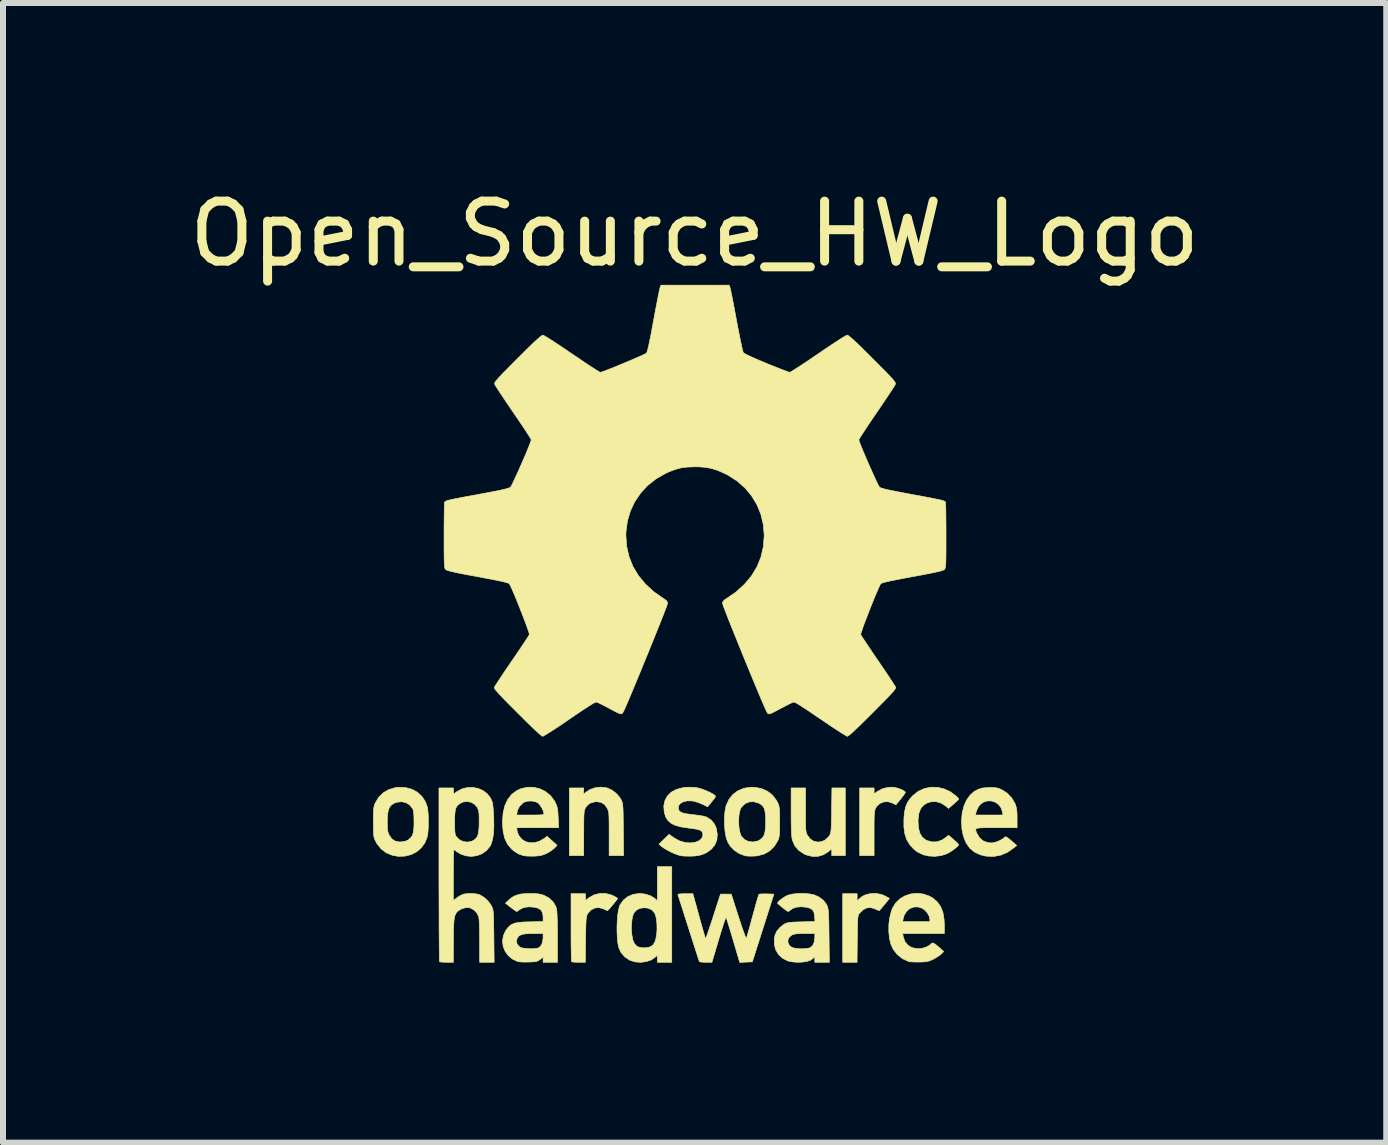
<source format=kicad_pcb>
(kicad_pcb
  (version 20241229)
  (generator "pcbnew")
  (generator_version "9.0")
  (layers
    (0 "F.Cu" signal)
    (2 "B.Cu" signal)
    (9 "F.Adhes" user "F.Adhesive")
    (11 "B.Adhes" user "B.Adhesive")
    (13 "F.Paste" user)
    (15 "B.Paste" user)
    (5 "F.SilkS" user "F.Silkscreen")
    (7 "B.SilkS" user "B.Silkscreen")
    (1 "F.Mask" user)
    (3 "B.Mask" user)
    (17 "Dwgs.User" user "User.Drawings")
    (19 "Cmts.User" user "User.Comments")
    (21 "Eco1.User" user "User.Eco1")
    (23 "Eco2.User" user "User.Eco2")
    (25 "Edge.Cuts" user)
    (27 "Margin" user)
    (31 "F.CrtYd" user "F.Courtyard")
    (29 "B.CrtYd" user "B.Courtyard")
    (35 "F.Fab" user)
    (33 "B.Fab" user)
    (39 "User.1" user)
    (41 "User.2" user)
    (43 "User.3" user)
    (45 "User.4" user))
  (footprint "Open_Source_HW_Logo"
    (layer "F.Cu")
    (at 8.53 7.348)
    (property "Reference" "Open_Source_HW_Logo" (at 0 -6.5 0) (layer "F.SilkS") (effects (font (size 1 1) (thickness 0.15))))
    (attr exclude_from_pos_files exclude_from_bom)
    (fp_poly (pts (xy 3.355 2.734) (xy 3.407 2.749) (xy 3.455 2.768) (xy 3.493 2.789) (xy 3.512 2.807) (xy 3.514 2.811) (xy 3.505 2.828) (xy 3.483 2.861) (xy 3.45 2.903) (xy 3.435 2.923) (xy 3.356 3.019) (xy 3.298 2.99) (xy 3.226 2.967) (xy 3.155 2.97) (xy 3.09 2.996) (xy 3.037 3.044) (xy 3.016 3.077) (xy 3.009 3.095) (xy 3.003 3.117) (xy 2.998 3.148) (xy 2.995 3.19) (xy 2.993 3.247) (xy 2.992 3.323) (xy 2.992 3.422) (xy 2.992 3.496) (xy 2.992 3.866) (xy 2.752 3.866) (xy 2.752 2.738) (xy 2.992 2.738) (xy 2.992 2.837) (xy 3.047 2.796) (xy 3.136 2.749) (xy 3.235 2.727) (xy 3.306 2.726) (xy 3.355 2.734)) (stroke (width 0.01) (type solid)) (fill yes) (layer "F.SilkS"))
    (fp_poly (pts (xy 3.12 4.515) (xy 3.194 4.549) (xy 3.248 4.581) (xy 3.167 4.679) (xy 3.13 4.723) (xy 3.101 4.758) (xy 3.083 4.779) (xy 3.081 4.783) (xy 3.067 4.78) (xy 3.036 4.768) (xy 3.011 4.756) (xy 2.938 4.733) (xy 2.87 4.737) (xy 2.806 4.769) (xy 2.747 4.829) (xy 2.745 4.831) (xy 2.737 4.844) (xy 2.73 4.86) (xy 2.725 4.881) (xy 2.721 4.911) (xy 2.718 4.955) (xy 2.716 5.014) (xy 2.714 5.093) (xy 2.713 5.195) (xy 2.712 5.257) (xy 2.708 5.644) (xy 2.469 5.644) (xy 2.469 4.501) (xy 2.709 4.501) (xy 2.709 4.62) (xy 2.748 4.583) (xy 2.793 4.547) (xy 2.84 4.523) (xy 2.901 4.506) (xy 2.924 4.501) (xy 3.023 4.496) (xy 3.12 4.515)) (stroke (width 0.01) (type solid)) (fill yes) (layer "F.SilkS"))
    (fp_poly (pts (xy 1.849 3.102) (xy 1.849 3.213) (xy 1.849 3.3) (xy 1.85 3.366) (xy 1.852 3.415) (xy 1.856 3.451) (xy 1.86 3.478) (xy 1.867 3.499) (xy 1.876 3.518) (xy 1.881 3.528) (xy 1.926 3.587) (xy 1.984 3.625) (xy 2.048 3.64) (xy 2.115 3.634) (xy 2.178 3.605) (xy 2.231 3.555) (xy 2.25 3.528) (xy 2.259 3.511) (xy 2.266 3.492) (xy 2.271 3.467) (xy 2.275 3.433) (xy 2.278 3.385) (xy 2.28 3.32) (xy 2.282 3.236) (xy 2.284 3.127) (xy 2.284 3.108) (xy 2.289 2.738) (xy 2.512 2.738) (xy 2.512 3.866) (xy 2.286 3.866) (xy 2.286 3.751) (xy 2.23 3.8) (xy 2.148 3.851) (xy 2.058 3.878) (xy 1.961 3.879) (xy 1.863 3.855) (xy 1.818 3.834) (xy 1.733 3.776) (xy 1.67 3.701) (xy 1.63 3.61) (xy 1.624 3.584) (xy 1.62 3.548) (xy 1.616 3.488) (xy 1.612 3.408) (xy 1.61 3.311) (xy 1.609 3.201) (xy 1.609 3.125) (xy 1.609 2.738) (xy 1.849 2.738) (xy 1.849 3.102)) (stroke (width 0.01) (type solid)) (fill yes) (layer "F.SilkS"))
    (fp_poly (pts (xy -1.484 4.497) (xy -1.389 4.521) (xy -1.358 4.535) (xy -1.319 4.556) (xy -1.292 4.573) (xy -1.284 4.58) (xy -1.292 4.594) (xy -1.314 4.623) (xy -1.344 4.661) (xy -1.378 4.702) (xy -1.41 4.74) (xy -1.436 4.769) (xy -1.451 4.783) (xy -1.452 4.784) (xy -1.467 4.778) (xy -1.499 4.764) (xy -1.52 4.754) (xy -1.592 4.733) (xy -1.662 4.739) (xy -1.725 4.77) (xy -1.776 4.824) (xy -1.789 4.845) (xy -1.796 4.862) (xy -1.802 4.884) (xy -1.807 4.916) (xy -1.81 4.96) (xy -1.813 5.019) (xy -1.815 5.099) (xy -1.817 5.201) (xy -1.818 5.267) (xy -1.822 5.644) (xy -1.932 5.644) (xy -1.985 5.643) (xy -2.027 5.64) (xy -2.049 5.636) (xy -2.051 5.635) (xy -2.053 5.619) (xy -2.055 5.578) (xy -2.056 5.515) (xy -2.058 5.433) (xy -2.059 5.335) (xy -2.06 5.224) (xy -2.06 5.104) (xy -2.06 5.064) (xy -2.06 4.501) (xy -1.82 4.501) (xy -1.82 4.614) (xy -1.757 4.565) (xy -1.674 4.52) (xy -1.581 4.497) (xy -1.484 4.497)) (stroke (width 0.01) (type solid)) (fill yes) (layer "F.SilkS"))
    (fp_poly (pts (xy -1.475 2.734) (xy -1.459 2.738) (xy -1.382 2.772) (xy -1.309 2.826) (xy -1.25 2.893) (xy -1.228 2.929) (xy -1.218 2.949) (xy -1.21 2.969) (xy -1.204 2.99) (xy -1.199 3.018) (xy -1.196 3.055) (xy -1.193 3.104) (xy -1.191 3.17) (xy -1.19 3.256) (xy -1.189 3.364) (xy -1.188 3.433) (xy -1.184 3.866) (xy -1.425 3.866) (xy -1.425 3.503) (xy -1.425 3.391) (xy -1.426 3.305) (xy -1.427 3.238) (xy -1.429 3.189) (xy -1.432 3.153) (xy -1.437 3.126) (xy -1.444 3.104) (xy -1.453 3.084) (xy -1.457 3.076) (xy -1.5 3.015) (xy -1.557 2.979) (xy -1.629 2.967) (xy -1.656 2.968) (xy -1.73 2.986) (xy -1.788 3.025) (xy -1.824 3.077) (xy -1.831 3.095) (xy -1.837 3.117) (xy -1.842 3.148) (xy -1.845 3.19) (xy -1.847 3.247) (xy -1.848 3.323) (xy -1.848 3.422) (xy -1.849 3.496) (xy -1.849 3.866) (xy -2.088 3.866) (xy -2.088 2.738) (xy -1.849 2.738) (xy -1.849 2.841) (xy -1.817 2.812) (xy -1.746 2.765) (xy -1.66 2.735) (xy -1.567 2.724) (xy -1.475 2.734)) (stroke (width 0.01) (type solid)) (fill yes) (layer "F.SilkS"))
    (fp_poly (pts (xy 4.047 2.727) (xy 4.158 2.753) (xy 4.264 2.802) (xy 4.362 2.875) (xy 4.364 2.877) (xy 4.389 2.902) (xy 4.402 2.92) (xy 4.403 2.922) (xy 4.393 2.936) (xy 4.366 2.962) (xy 4.329 2.996) (xy 4.318 3.006) (xy 4.233 3.079) (xy 4.188 3.04) (xy 4.108 2.989) (xy 4.024 2.966) (xy 3.938 2.969) (xy 3.872 2.99) (xy 3.81 3.03) (xy 3.766 3.088) (xy 3.738 3.164) (xy 3.726 3.263) (xy 3.725 3.302) (xy 3.733 3.408) (xy 3.755 3.492) (xy 3.793 3.556) (xy 3.849 3.602) (xy 3.872 3.614) (xy 3.958 3.638) (xy 4.044 3.635) (xy 4.127 3.605) (xy 4.187 3.564) (xy 4.233 3.526) (xy 4.318 3.599) (xy 4.358 3.635) (xy 4.387 3.664) (xy 4.402 3.682) (xy 4.403 3.684) (xy 4.391 3.702) (xy 4.362 3.73) (xy 4.32 3.763) (xy 4.273 3.796) (xy 4.225 3.824) (xy 4.206 3.834) (xy 4.113 3.865) (xy 4.008 3.878) (xy 3.9 3.872) (xy 3.815 3.852) (xy 3.719 3.807) (xy 3.655 3.759) (xy 3.587 3.684) (xy 3.537 3.601) (xy 3.505 3.504) (xy 3.489 3.39) (xy 3.489 3.259) (xy 3.498 3.148) (xy 3.517 3.058) (xy 3.547 2.983) (xy 3.593 2.915) (xy 3.639 2.864) (xy 3.729 2.794) (xy 3.829 2.748) (xy 3.937 2.726) (xy 4.047 2.727)) (stroke (width 0.01) (type solid)) (fill yes) (layer "F.SilkS"))
    (fp_poly (pts (xy -0.381 5.644) (xy -0.621 5.644) (xy -0.621 5.527) (xy -0.653 5.556) (xy -0.722 5.604) (xy -0.807 5.633) (xy -0.899 5.645) (xy -0.992 5.638) (xy -1.078 5.611) (xy -1.084 5.608) (xy -1.166 5.552) (xy -1.228 5.479) (xy -1.262 5.405) (xy -1.278 5.338) (xy -1.288 5.253) (xy -1.293 5.156) (xy -1.294 5.097) (xy -1.054 5.097) (xy -1.047 5.18) (xy -1.031 5.268) (xy -1.005 5.332) (xy -0.966 5.374) (xy -0.914 5.397) (xy -0.844 5.404) (xy -0.842 5.404) (xy -0.792 5.4) (xy -0.747 5.389) (xy -0.735 5.384) (xy -0.696 5.356) (xy -0.667 5.315) (xy -0.647 5.257) (xy -0.633 5.179) (xy -0.627 5.098) (xy -0.628 5.014) (xy -0.635 4.935) (xy -0.649 4.868) (xy -0.668 4.821) (xy -0.669 4.819) (xy -0.716 4.769) (xy -0.777 4.742) (xy -0.84 4.735) (xy -0.915 4.745) (xy -0.973 4.777) (xy -1.01 4.819) (xy -1.03 4.865) (xy -1.044 4.932) (xy -1.052 5.012) (xy -1.054 5.097) (xy -1.294 5.097) (xy -1.294 5.053) (xy -1.29 4.951) (xy -1.282 4.856) (xy -1.269 4.773) (xy -1.253 4.709) (xy -1.244 4.689) (xy -1.188 4.609) (xy -1.114 4.55) (xy -1.024 4.512) (xy -0.922 4.497) (xy -0.917 4.497) (xy -0.825 4.507) (xy -0.739 4.534) (xy -0.667 4.577) (xy -0.653 4.589) (xy -0.621 4.619) (xy -0.621 4.05) (xy -0.381 4.05) (xy -0.381 5.644)) (stroke (width 0.01) (type solid)) (fill yes) (layer "F.SilkS"))
    (fp_poly (pts (xy 3.807 4.505) (xy 3.906 4.538) (xy 3.968 4.572) (xy 4.045 4.637) (xy 4.102 4.718) (xy 4.14 4.816) (xy 4.159 4.933) (xy 4.163 5.017) (xy 4.163 5.165) (xy 3.468 5.165) (xy 3.478 5.218) (xy 3.505 5.297) (xy 3.553 5.358) (xy 3.619 5.399) (xy 3.701 5.417) (xy 3.728 5.418) (xy 3.795 5.411) (xy 3.859 5.392) (xy 3.912 5.364) (xy 3.935 5.343) (xy 3.951 5.328) (xy 3.967 5.322) (xy 3.988 5.328) (xy 4.018 5.348) (xy 4.062 5.384) (xy 4.101 5.418) (xy 4.152 5.463) (xy 4.112 5.505) (xy 4.078 5.533) (xy 4.029 5.565) (xy 3.98 5.592) (xy 3.934 5.614) (xy 3.894 5.627) (xy 3.852 5.635) (xy 3.798 5.639) (xy 3.747 5.64) (xy 3.683 5.64) (xy 3.626 5.638) (xy 3.584 5.635) (xy 3.57 5.632) (xy 3.466 5.584) (xy 3.377 5.513) (xy 3.311 5.428) (xy 3.273 5.346) (xy 3.248 5.245) (xy 3.237 5.132) (xy 3.238 5.014) (xy 3.244 4.967) (xy 3.468 4.967) (xy 3.923 4.967) (xy 3.923 4.935) (xy 3.911 4.878) (xy 3.879 4.82) (xy 3.833 4.77) (xy 3.796 4.744) (xy 3.723 4.721) (xy 3.652 4.723) (xy 3.587 4.749) (xy 3.533 4.795) (xy 3.494 4.86) (xy 3.478 4.914) (xy 3.468 4.967) (xy 3.244 4.967) (xy 3.253 4.897) (xy 3.281 4.789) (xy 3.299 4.741) (xy 3.351 4.656) (xy 3.422 4.587) (xy 3.507 4.537) (xy 3.603 4.505) (xy 3.704 4.494) (xy 3.807 4.505)) (stroke (width 0.01) (type solid)) (fill yes) (layer "F.SilkS"))
    (fp_poly (pts (xy 0.996 2.727) (xy 1.11 2.747) (xy 1.211 2.791) (xy 1.297 2.857) (xy 1.364 2.945) (xy 1.388 2.99) (xy 1.399 3.016) (xy 1.407 3.044) (xy 1.412 3.077) (xy 1.416 3.122) (xy 1.418 3.182) (xy 1.418 3.264) (xy 1.418 3.302) (xy 1.418 3.393) (xy 1.417 3.461) (xy 1.414 3.512) (xy 1.409 3.549) (xy 1.402 3.578) (xy 1.393 3.604) (xy 1.388 3.614) (xy 1.329 3.711) (xy 1.252 3.786) (xy 1.159 3.839) (xy 1.05 3.869) (xy 0.992 3.874) (xy 0.933 3.875) (xy 0.879 3.873) (xy 0.842 3.869) (xy 0.84 3.868) (xy 0.745 3.832) (xy 0.661 3.776) (xy 0.593 3.706) (xy 0.55 3.636) (xy 0.524 3.556) (xy 0.507 3.458) (xy 0.497 3.349) (xy 0.497 3.281) (xy 0.734 3.281) (xy 0.737 3.366) (xy 0.747 3.445) (xy 0.764 3.511) (xy 0.781 3.545) (xy 0.832 3.598) (xy 0.898 3.63) (xy 0.971 3.639) (xy 1.047 3.624) (xy 1.074 3.612) (xy 1.116 3.584) (xy 1.147 3.548) (xy 1.167 3.499) (xy 1.179 3.433) (xy 1.184 3.345) (xy 1.185 3.302) (xy 1.182 3.204) (xy 1.174 3.13) (xy 1.158 3.075) (xy 1.132 3.035) (xy 1.095 3.006) (xy 1.064 2.989) (xy 0.984 2.967) (xy 0.909 2.971) (xy 0.841 2.999) (xy 0.787 3.051) (xy 0.771 3.074) (xy 0.751 3.127) (xy 0.739 3.199) (xy 0.734 3.281) (xy 0.497 3.281) (xy 0.497 3.238) (xy 0.506 3.133) (xy 0.523 3.041) (xy 0.527 3.029) (xy 0.572 2.93) (xy 0.637 2.848) (xy 0.72 2.786) (xy 0.819 2.744) (xy 0.929 2.726) (xy 0.996 2.727)) (stroke (width 0.01) (type solid)) (fill yes) (layer "F.SilkS"))
    (fp_poly (pts (xy -2.685 2.727) (xy -2.581 2.751) (xy -2.486 2.798) (xy -2.403 2.866) (xy -2.337 2.952) (xy -2.317 2.992) (xy -2.3 3.031) (xy -2.289 3.071) (xy -2.281 3.118) (xy -2.277 3.18) (xy -2.274 3.235) (xy -2.268 3.401) (xy -2.963 3.401) (xy -2.963 3.433) (xy -2.957 3.465) (xy -2.941 3.508) (xy -2.932 3.528) (xy -2.886 3.589) (xy -2.824 3.631) (xy -2.752 3.651) (xy -2.672 3.65) (xy -2.59 3.628) (xy -2.511 3.582) (xy -2.504 3.578) (xy -2.46 3.544) (xy -2.293 3.694) (xy -2.335 3.739) (xy -2.371 3.769) (xy -2.42 3.802) (xy -2.465 3.827) (xy -2.517 3.85) (xy -2.564 3.864) (xy -2.617 3.871) (xy -2.677 3.875) (xy -2.741 3.875) (xy -2.801 3.873) (xy -2.846 3.868) (xy -2.854 3.866) (xy -2.935 3.838) (xy -3.008 3.792) (xy -3.05 3.757) (xy -3.115 3.681) (xy -3.162 3.587) (xy -3.191 3.473) (xy -3.203 3.338) (xy -3.203 3.307) (xy -3.195 3.189) (xy -2.967 3.189) (xy -2.739 3.189) (xy -2.654 3.189) (xy -2.593 3.188) (xy -2.553 3.186) (xy -2.528 3.182) (xy -2.516 3.176) (xy -2.512 3.168) (xy -2.512 3.164) (xy -2.521 3.126) (xy -2.543 3.078) (xy -2.573 3.031) (xy -2.605 2.993) (xy -2.615 2.985) (xy -2.664 2.964) (xy -2.726 2.955) (xy -2.79 2.959) (xy -2.845 2.976) (xy -2.859 2.985) (xy -2.919 3.044) (xy -2.953 3.111) (xy -2.958 3.137) (xy -2.967 3.189) (xy -3.195 3.189) (xy -3.193 3.16) (xy -3.164 3.035) (xy -3.116 2.93) (xy -3.049 2.845) (xy -2.962 2.781) (xy -2.899 2.752) (xy -2.792 2.726) (xy -2.685 2.727)) (stroke (width 0.01) (type solid)) (fill yes) (layer "F.SilkS"))
    (fp_poly (pts (xy -4.817 2.732) (xy -4.712 2.76) (xy -4.62 2.811) (xy -4.544 2.882) (xy -4.487 2.97) (xy -4.457 3.052) (xy -4.448 3.107) (xy -4.441 3.183) (xy -4.439 3.269) (xy -4.439 3.359) (xy -4.443 3.443) (xy -4.45 3.514) (xy -4.457 3.552) (xy -4.496 3.651) (xy -4.556 3.735) (xy -4.634 3.802) (xy -4.727 3.849) (xy -4.83 3.875) (xy -4.94 3.878) (xy -5.038 3.861) (xy -5.138 3.82) (xy -5.225 3.755) (xy -5.294 3.67) (xy -5.325 3.613) (xy -5.336 3.587) (xy -5.344 3.56) (xy -5.35 3.526) (xy -5.353 3.481) (xy -5.355 3.419) (xy -5.355 3.336) (xy -5.355 3.304) (xy -5.124 3.304) (xy -5.123 3.377) (xy -5.12 3.429) (xy -5.114 3.467) (xy -5.103 3.5) (xy -5.091 3.525) (xy -5.049 3.586) (xy -4.994 3.623) (xy -4.924 3.638) (xy -4.885 3.637) (xy -4.824 3.626) (xy -4.776 3.606) (xy -4.772 3.603) (xy -4.736 3.571) (xy -4.709 3.536) (xy -4.692 3.492) (xy -4.683 3.435) (xy -4.678 3.357) (xy -4.678 3.302) (xy -4.679 3.222) (xy -4.682 3.164) (xy -4.687 3.123) (xy -4.696 3.094) (xy -4.702 3.081) (xy -4.75 3.021) (xy -4.812 2.983) (xy -4.885 2.967) (xy -4.963 2.976) (xy -5.001 2.989) (xy -5.047 3.016) (xy -5.081 3.051) (xy -5.104 3.1) (xy -5.117 3.166) (xy -5.123 3.253) (xy -5.124 3.304) (xy -5.355 3.304) (xy -5.355 3.302) (xy -5.355 3.211) (xy -5.354 3.143) (xy -5.351 3.092) (xy -5.346 3.055) (xy -5.339 3.026) (xy -5.33 3) (xy -5.325 2.99) (xy -5.266 2.893) (xy -5.188 2.817) (xy -5.093 2.763) (xy -4.984 2.732) (xy -4.933 2.727) (xy -4.817 2.732)) (stroke (width 0.01) (type solid)) (fill yes) (layer "F.SilkS"))
    (fp_poly (pts (xy 4.984 2.732) (xy 5.032 2.736) (xy 5.072 2.747) (xy 5.114 2.765) (xy 5.125 2.77) (xy 5.214 2.828) (xy 5.287 2.906) (xy 5.341 2.997) (xy 5.348 3.015) (xy 5.362 3.061) (xy 5.371 3.111) (xy 5.375 3.174) (xy 5.376 3.246) (xy 5.376 3.401) (xy 5.031 3.401) (xy 4.92 3.401) (xy 4.834 3.401) (xy 4.771 3.403) (xy 4.727 3.407) (xy 4.701 3.414) (xy 4.688 3.425) (xy 4.686 3.44) (xy 4.692 3.461) (xy 4.703 3.489) (xy 4.707 3.496) (xy 4.751 3.57) (xy 4.811 3.621) (xy 4.887 3.649) (xy 4.953 3.655) (xy 4.998 3.648) (xy 5.052 3.63) (xy 5.106 3.605) (xy 5.148 3.579) (xy 5.163 3.565) (xy 5.175 3.555) (xy 5.19 3.553) (xy 5.212 3.564) (xy 5.244 3.588) (xy 5.292 3.629) (xy 5.313 3.647) (xy 5.369 3.696) (xy 5.327 3.732) (xy 5.219 3.808) (xy 5.104 3.858) (xy 4.983 3.88) (xy 4.859 3.875) (xy 4.766 3.853) (xy 4.667 3.808) (xy 4.587 3.741) (xy 4.525 3.653) (xy 4.481 3.544) (xy 4.457 3.427) (xy 4.449 3.293) (xy 4.458 3.189) (xy 4.683 3.189) (xy 5.14 3.189) (xy 5.132 3.137) (xy 5.108 3.067) (xy 5.066 3.013) (xy 5.011 2.975) (xy 4.947 2.955) (xy 4.881 2.954) (xy 4.817 2.973) (xy 4.761 3.013) (xy 4.734 3.047) (xy 4.711 3.091) (xy 4.694 3.136) (xy 4.692 3.143) (xy 4.683 3.189) (xy 4.458 3.189) (xy 4.459 3.165) (xy 4.487 3.048) (xy 4.53 2.946) (xy 4.588 2.864) (xy 4.594 2.857) (xy 4.659 2.799) (xy 4.726 2.761) (xy 4.801 2.739) (xy 4.893 2.731) (xy 4.918 2.731) (xy 4.984 2.732)) (stroke (width 0.01) (type solid)) (fill yes) (layer "F.SilkS"))
    (fp_poly (pts (xy -2.659 4.499) (xy -2.599 4.505) (xy -2.549 4.515) (xy -2.509 4.529) (xy -2.427 4.573) (xy -2.361 4.635) (xy -2.316 4.709) (xy -2.301 4.757) (xy -2.297 4.791) (xy -2.293 4.85) (xy -2.29 4.93) (xy -2.288 5.026) (xy -2.286 5.136) (xy -2.286 5.236) (xy -2.286 5.644) (xy -2.526 5.644) (xy -2.526 5.558) (xy -2.577 5.598) (xy -2.603 5.616) (xy -2.628 5.627) (xy -2.66 5.634) (xy -2.706 5.638) (xy -2.771 5.64) (xy -2.836 5.641) (xy -2.893 5.639) (xy -2.935 5.635) (xy -2.949 5.632) (xy -3.038 5.59) (xy -3.108 5.531) (xy -3.16 5.459) (xy -3.192 5.377) (xy -3.202 5.291) (xy -3.201 5.288) (xy -2.97 5.288) (xy -2.961 5.337) (xy -2.928 5.379) (xy -2.903 5.396) (xy -2.862 5.408) (xy -2.803 5.415) (xy -2.736 5.419) (xy -2.672 5.417) (xy -2.62 5.409) (xy -2.604 5.405) (xy -2.568 5.377) (xy -2.542 5.328) (xy -2.528 5.263) (xy -2.526 5.229) (xy -2.526 5.165) (xy -2.684 5.165) (xy -2.776 5.167) (xy -2.845 5.173) (xy -2.894 5.186) (xy -2.929 5.206) (xy -2.953 5.234) (xy -2.956 5.238) (xy -2.97 5.288) (xy -3.201 5.288) (xy -3.189 5.204) (xy -3.153 5.121) (xy -3.113 5.068) (xy -3.08 5.035) (xy -3.044 5.011) (xy -3 4.993) (xy -2.945 4.982) (xy -2.872 4.974) (xy -2.778 4.97) (xy -2.748 4.97) (xy -2.526 4.965) (xy -2.526 4.889) (xy -2.533 4.823) (xy -2.558 4.776) (xy -2.603 4.745) (xy -2.667 4.727) (xy -2.762 4.719) (xy -2.846 4.731) (xy -2.913 4.762) (xy -2.918 4.766) (xy -2.965 4.8) (xy -3.017 4.764) (xy -3.061 4.732) (xy -3.104 4.699) (xy -3.111 4.693) (xy -3.154 4.659) (xy -3.095 4.603) (xy -3.037 4.557) (xy -2.972 4.526) (xy -2.895 4.506) (xy -2.799 4.498) (xy -2.738 4.497) (xy -2.659 4.499)) (stroke (width 0.01) (type solid)) (fill yes) (layer "F.SilkS"))
    (fp_poly (pts (xy -0.003 2.729) (xy 0.049 2.736) (xy 0.112 2.753) (xy 0.183 2.779) (xy 0.252 2.81) (xy 0.309 2.841) (xy 0.33 2.856) (xy 0.342 2.866) (xy 0.347 2.877) (xy 0.343 2.892) (xy 0.328 2.915) (xy 0.299 2.952) (xy 0.255 3.005) (xy 0.25 3.011) (xy 0.217 3.052) (xy 0.125 3.007) (xy 0.053 2.978) (xy -0.018 2.958) (xy -0.047 2.954) (xy -0.123 2.953) (xy -0.187 2.968) (xy -0.236 2.995) (xy -0.266 3.032) (xy -0.273 3.077) (xy -0.267 3.1) (xy -0.253 3.124) (xy -0.23 3.142) (xy -0.192 3.157) (xy -0.136 3.169) (xy -0.057 3.179) (xy -0.018 3.184) (xy 0.054 3.193) (xy 0.12 3.203) (xy 0.172 3.214) (xy 0.202 3.224) (xy 0.277 3.274) (xy 0.332 3.342) (xy 0.36 3.405) (xy 0.378 3.509) (xy 0.371 3.603) (xy 0.337 3.687) (xy 0.279 3.759) (xy 0.197 3.817) (xy 0.167 3.831) (xy 0.113 3.852) (xy 0.062 3.865) (xy 0.002 3.872) (xy -0.049 3.875) (xy -0.115 3.875) (xy -0.179 3.873) (xy -0.228 3.868) (xy -0.239 3.866) (xy -0.298 3.848) (xy -0.368 3.819) (xy -0.441 3.783) (xy -0.505 3.746) (xy -0.547 3.716) (xy -0.594 3.676) (xy -0.427 3.511) (xy -0.354 3.563) (xy -0.256 3.619) (xy -0.151 3.649) (xy -0.072 3.654) (xy 0.005 3.645) (xy 0.067 3.622) (xy 0.112 3.587) (xy 0.136 3.544) (xy 0.136 3.495) (xy 0.126 3.47) (xy 0.107 3.451) (xy 0.074 3.436) (xy 0.025 3.424) (xy -0.046 3.413) (xy -0.104 3.406) (xy -0.225 3.388) (xy -0.32 3.362) (xy -0.393 3.326) (xy -0.447 3.278) (xy -0.484 3.217) (xy -0.506 3.141) (xy -0.507 3.139) (xy -0.514 3.039) (xy -0.495 2.949) (xy -0.454 2.872) (xy -0.39 2.809) (xy -0.305 2.763) (xy -0.202 2.735) (xy -0.141 2.727) (xy -0.074 2.726) (xy -0.003 2.729)) (stroke (width 0.01) (type solid)) (fill yes) (layer "F.SilkS"))
    (fp_poly (pts (xy -0.009 4.573) (xy 0.000482 4.608) (xy 0.016 4.664) (xy 0.037 4.738) (xy 0.06 4.824) (xy 0.085 4.916) (xy 0.094 4.947) (xy 0.118 5.034) (xy 0.14 5.112) (xy 0.159 5.176) (xy 0.173 5.222) (xy 0.182 5.246) (xy 0.184 5.249) (xy 0.19 5.236) (xy 0.204 5.2) (xy 0.223 5.144) (xy 0.248 5.071) (xy 0.277 4.985) (xy 0.308 4.889) (xy 0.311 4.879) (xy 0.431 4.508) (xy 0.611 4.508) (xy 0.732 4.886) (xy 0.763 4.982) (xy 0.792 5.069) (xy 0.818 5.141) (xy 0.839 5.197) (xy 0.854 5.233) (xy 0.862 5.246) (xy 0.862 5.246) (xy 0.868 5.228) (xy 0.881 5.186) (xy 0.898 5.125) (xy 0.92 5.049) (xy 0.944 4.96) (xy 0.967 4.875) (xy 0.993 4.78) (xy 1.017 4.693) (xy 1.038 4.619) (xy 1.055 4.562) (xy 1.067 4.525) (xy 1.072 4.511) (xy 1.09 4.507) (xy 1.129 4.504) (xy 1.181 4.504) (xy 1.202 4.504) (xy 1.322 4.508) (xy 1.142 5.073) (xy 0.962 5.637) (xy 0.857 5.641) (xy 0.752 5.646) (xy 0.642 5.275) (xy 0.613 5.177) (xy 0.586 5.088) (xy 0.563 5.012) (xy 0.544 4.952) (xy 0.531 4.911) (xy 0.524 4.894) (xy 0.524 4.894) (xy 0.518 4.904) (xy 0.505 4.938) (xy 0.486 4.993) (xy 0.463 5.065) (xy 0.436 5.151) (xy 0.407 5.247) (xy 0.402 5.264) (xy 0.289 5.644) (xy 0.188 5.644) (xy 0.137 5.643) (xy 0.099 5.639) (xy 0.08 5.634) (xy 0.08 5.634) (xy 0.075 5.619) (xy 0.061 5.579) (xy 0.042 5.519) (xy 0.016 5.44) (xy -0.014 5.346) (xy -0.048 5.24) (xy -0.085 5.124) (xy -0.099 5.08) (xy -0.137 4.961) (xy -0.172 4.851) (xy -0.204 4.751) (xy -0.231 4.665) (xy -0.253 4.597) (xy -0.269 4.548) (xy -0.277 4.522) (xy -0.279 4.519) (xy -0.275 4.51) (xy -0.252 4.505) (xy -0.208 4.502) (xy -0.158 4.501) (xy -0.03 4.501) (xy -0.009 4.573)) (stroke (width 0.01) (type solid)) (fill yes) (layer "F.SilkS"))
    (fp_poly (pts (xy 1.913 4.504) (xy 1.989 4.519) (xy 1.99 4.519) (xy 2.071 4.555) (xy 2.142 4.608) (xy 2.194 4.672) (xy 2.21 4.702) (xy 2.217 4.722) (xy 2.223 4.746) (xy 2.228 4.777) (xy 2.231 4.818) (xy 2.234 4.874) (xy 2.237 4.946) (xy 2.239 5.039) (xy 2.24 5.156) (xy 2.241 5.203) (xy 2.246 5.644) (xy 2.004 5.644) (xy 2.003 5.592) (xy 2.002 5.559) (xy 1.997 5.552) (xy 1.988 5.565) (xy 1.966 5.586) (xy 1.929 5.61) (xy 1.914 5.617) (xy 1.859 5.633) (xy 1.786 5.642) (xy 1.705 5.644) (xy 1.627 5.637) (xy 1.561 5.624) (xy 1.553 5.621) (xy 1.466 5.577) (xy 1.399 5.515) (xy 1.352 5.437) (xy 1.329 5.347) (xy 1.329 5.27) (xy 1.556 5.27) (xy 1.557 5.319) (xy 1.581 5.364) (xy 1.613 5.391) (xy 1.656 5.407) (xy 1.718 5.417) (xy 1.787 5.42) (xy 1.855 5.416) (xy 1.911 5.406) (xy 1.933 5.397) (xy 1.97 5.363) (xy 1.994 5.306) (xy 2.004 5.229) (xy 2.004 5.218) (xy 2.004 5.165) (xy 1.838 5.165) (xy 1.758 5.166) (xy 1.701 5.169) (xy 1.66 5.176) (xy 1.628 5.187) (xy 1.623 5.189) (xy 1.578 5.225) (xy 1.556 5.27) (xy 1.329 5.27) (xy 1.329 5.249) (xy 1.341 5.189) (xy 1.371 5.125) (xy 1.422 5.064) (xy 1.486 5.014) (xy 1.501 5.005) (xy 1.527 4.993) (xy 1.554 4.985) (xy 1.59 4.979) (xy 1.638 4.975) (xy 1.704 4.972) (xy 1.783 4.97) (xy 2.007 4.965) (xy 2.001 4.881) (xy 1.991 4.817) (xy 1.97 4.774) (xy 1.931 4.746) (xy 1.87 4.728) (xy 1.863 4.727) (xy 1.775 4.718) (xy 1.696 4.726) (xy 1.632 4.748) (xy 1.61 4.764) (xy 1.581 4.786) (xy 1.562 4.797) (xy 1.56 4.798) (xy 1.543 4.79) (xy 1.513 4.768) (xy 1.475 4.74) (xy 1.437 4.709) (xy 1.405 4.681) (xy 1.385 4.662) (xy 1.383 4.657) (xy 1.394 4.636) (xy 1.425 4.607) (xy 1.466 4.576) (xy 1.513 4.547) (xy 1.559 4.525) (xy 1.568 4.522) (xy 1.64 4.506) (xy 1.728 4.497) (xy 1.823 4.497) (xy 1.913 4.504)) (stroke (width 0.01) (type solid)) (fill yes) (layer "F.SilkS"))
    (fp_poly (pts (xy -3.609 2.746) (xy -3.526 2.783) (xy -3.455 2.837) (xy -3.401 2.908) (xy -3.372 2.976) (xy -3.366 3.008) (xy -3.36 3.062) (xy -3.354 3.131) (xy -3.35 3.208) (xy -3.349 3.231) (xy -3.347 3.379) (xy -3.353 3.501) (xy -3.369 3.599) (xy -3.393 3.676) (xy -3.408 3.705) (xy -3.466 3.778) (xy -3.54 3.832) (xy -3.626 3.866) (xy -3.719 3.879) (xy -3.812 3.87) (xy -3.902 3.839) (xy -3.96 3.803) (xy -3.99 3.781) (xy -4.011 3.769) (xy -4.014 3.768) (xy -4.016 3.781) (xy -4.017 3.82) (xy -4.019 3.879) (xy -4.02 3.957) (xy -4.021 4.049) (xy -4.022 4.151) (xy -4.022 4.191) (xy -4.022 4.614) (xy -3.958 4.565) (xy -3.912 4.535) (xy -3.864 4.513) (xy -3.841 4.506) (xy -3.771 4.497) (xy -3.694 4.498) (xy -3.624 4.507) (xy -3.582 4.519) (xy -3.515 4.559) (xy -3.45 4.617) (xy -3.398 4.685) (xy -3.384 4.71) (xy -3.375 4.73) (xy -3.367 4.75) (xy -3.362 4.773) (xy -3.357 4.803) (xy -3.354 4.843) (xy -3.352 4.897) (xy -3.35 4.968) (xy -3.349 5.06) (xy -3.347 5.175) (xy -3.347 5.211) (xy -3.342 5.644) (xy -3.584 5.644) (xy -3.584 5.29) (xy -3.585 5.157) (xy -3.587 5.048) (xy -3.591 4.964) (xy -3.596 4.906) (xy -3.601 4.88) (xy -3.631 4.821) (xy -3.681 4.771) (xy -3.74 4.739) (xy -3.762 4.733) (xy -3.821 4.734) (xy -3.884 4.753) (xy -3.94 4.785) (xy -3.969 4.814) (xy -3.984 4.838) (xy -3.996 4.867) (xy -4.005 4.905) (xy -4.012 4.956) (xy -4.016 5.021) (xy -4.019 5.106) (xy -4.021 5.213) (xy -4.021 5.309) (xy -4.022 5.644) (xy -4.132 5.644) (xy -4.186 5.643) (xy -4.228 5.64) (xy -4.25 5.636) (xy -4.252 5.635) (xy -4.253 5.62) (xy -4.255 5.578) (xy -4.256 5.513) (xy -4.257 5.424) (xy -4.258 5.315) (xy -4.259 5.187) (xy -4.26 5.042) (xy -4.26 4.882) (xy -4.261 4.709) (xy -4.261 4.525) (xy -4.262 4.331) (xy -4.262 4.182) (xy -4.262 3.31) (xy -4 3.31) (xy -4 3.392) (xy -3.998 3.451) (xy -3.994 3.492) (xy -3.988 3.521) (xy -3.978 3.542) (xy -3.975 3.547) (xy -3.926 3.598) (xy -3.862 3.63) (xy -3.791 3.641) (xy -3.721 3.629) (xy -3.686 3.612) (xy -3.65 3.585) (xy -3.624 3.55) (xy -3.607 3.503) (xy -3.597 3.44) (xy -3.592 3.355) (xy -3.592 3.302) (xy -3.592 3.224) (xy -3.594 3.169) (xy -3.599 3.129) (xy -3.608 3.098) (xy -3.62 3.069) (xy -3.62 3.069) (xy -3.663 3.014) (xy -3.722 2.978) (xy -3.789 2.963) (xy -3.857 2.971) (xy -3.91 2.996) (xy -3.943 3.021) (xy -3.967 3.048) (xy -3.983 3.083) (xy -3.993 3.131) (xy -3.999 3.195) (xy -4 3.281) (xy -4 3.31) (xy -4.262 3.31) (xy -4.262 2.738) (xy -4.023 2.738) (xy -4.019 2.788) (xy -4.015 2.838) (xy -3.967 2.802) (xy -3.882 2.755) (xy -3.791 2.731) (xy -3.699 2.729) (xy -3.609 2.746)) (stroke (width 0.01) (type solid)) (fill yes) (layer "F.SilkS"))
    (fp_poly (pts (xy 0.59 -5.606) (xy 0.596 -5.583) (xy 0.606 -5.536) (xy 0.62 -5.468) (xy 0.637 -5.383) (xy 0.656 -5.283) (xy 0.677 -5.173) (xy 0.698 -5.059) (xy 0.72 -4.942) (xy 0.742 -4.832) (xy 0.761 -4.734) (xy 0.779 -4.651) (xy 0.793 -4.585) (xy 0.805 -4.541) (xy 0.811 -4.521) (xy 0.832 -4.505) (xy 0.879 -4.48) (xy 0.954 -4.445) (xy 1.054 -4.401) (xy 1.181 -4.348) (xy 1.197 -4.341) (xy 1.293 -4.302) (xy 1.381 -4.267) (xy 1.458 -4.237) (xy 1.521 -4.213) (xy 1.564 -4.197) (xy 1.586 -4.191) (xy 1.587 -4.191) (xy 1.603 -4.199) (xy 1.64 -4.221) (xy 1.695 -4.256) (xy 1.765 -4.301) (xy 1.848 -4.356) (xy 1.94 -4.418) (xy 2.04 -4.486) (xy 2.062 -4.501) (xy 2.164 -4.571) (xy 2.26 -4.635) (xy 2.346 -4.692) (xy 2.42 -4.74) (xy 2.479 -4.777) (xy 2.521 -4.801) (xy 2.543 -4.812) (xy 2.545 -4.812) (xy 2.562 -4.804) (xy 2.593 -4.78) (xy 2.64 -4.739) (xy 2.703 -4.68) (xy 2.783 -4.603) (xy 2.881 -4.506) (xy 2.968 -4.419) (xy 3.067 -4.32) (xy 3.147 -4.239) (xy 3.211 -4.174) (xy 3.26 -4.122) (xy 3.297 -4.083) (xy 3.322 -4.053) (xy 3.338 -4.031) (xy 3.346 -4.015) (xy 3.348 -4.003) (xy 3.347 -3.993) (xy 3.346 -3.99) (xy 3.335 -3.97) (xy 3.31 -3.93) (xy 3.272 -3.872) (xy 3.224 -3.8) (xy 3.168 -3.716) (xy 3.105 -3.623) (xy 3.037 -3.523) (xy 3.035 -3.52) (xy 2.967 -3.421) (xy 2.905 -3.329) (xy 2.851 -3.247) (xy 2.805 -3.177) (xy 2.769 -3.121) (xy 2.746 -3.084) (xy 2.738 -3.066) (xy 2.738 -3.066) (xy 2.743 -3.044) (xy 2.759 -3.001) (xy 2.783 -2.94) (xy 2.813 -2.866) (xy 2.849 -2.783) (xy 2.887 -2.695) (xy 2.926 -2.605) (xy 2.965 -2.519) (xy 3.001 -2.44) (xy 3.032 -2.372) (xy 3.058 -2.32) (xy 3.076 -2.287) (xy 3.082 -2.278) (xy 3.096 -2.269) (xy 3.12 -2.26) (xy 3.157 -2.249) (xy 3.209 -2.236) (xy 3.28 -2.221) (xy 3.371 -2.203) (xy 3.485 -2.181) (xy 3.592 -2.161) (xy 3.734 -2.135) (xy 3.851 -2.113) (xy 3.945 -2.095) (xy 4.019 -2.08) (xy 4.075 -2.069) (xy 4.116 -2.059) (xy 4.144 -2.051) (xy 4.163 -2.043) (xy 4.174 -2.037) (xy 4.18 -2.03) (xy 4.182 -2.024) (xy 4.184 -2.005) (xy 4.186 -1.961) (xy 4.188 -1.896) (xy 4.189 -1.812) (xy 4.19 -1.713) (xy 4.191 -1.602) (xy 4.191 -1.482) (xy 4.191 -1.468) (xy 4.191 -1.33) (xy 4.191 -1.218) (xy 4.19 -1.128) (xy 4.189 -1.059) (xy 4.187 -1.006) (xy 4.184 -0.968) (xy 4.181 -0.942) (xy 4.176 -0.924) (xy 4.171 -0.912) (xy 4.166 -0.906) (xy 4.155 -0.898) (xy 4.135 -0.889) (xy 4.103 -0.879) (xy 4.057 -0.868) (xy 3.994 -0.854) (xy 3.912 -0.837) (xy 3.808 -0.817) (xy 3.679 -0.793) (xy 3.634 -0.785) (xy 3.49 -0.758) (xy 3.373 -0.735) (xy 3.279 -0.716) (xy 3.207 -0.701) (xy 3.156 -0.688) (xy 3.122 -0.677) (xy 3.105 -0.668) (xy 3.103 -0.667) (xy 3.091 -0.646) (xy 3.071 -0.604) (xy 3.045 -0.544) (xy 3.013 -0.47) (xy 2.979 -0.386) (xy 2.942 -0.295) (xy 2.906 -0.203) (xy 2.871 -0.112) (xy 2.838 -0.027) (xy 2.81 0.049) (xy 2.789 0.111) (xy 2.774 0.155) (xy 2.769 0.179) (xy 2.769 0.18) (xy 2.778 0.197) (xy 2.802 0.235) (xy 2.838 0.289) (xy 2.884 0.359) (xy 2.939 0.441) (xy 3 0.532) (xy 3.059 0.617) (xy 3.125 0.714) (xy 3.186 0.804) (xy 3.241 0.885) (xy 3.286 0.955) (xy 3.321 1.009) (xy 3.344 1.045) (xy 3.352 1.06) (xy 3.352 1.07) (xy 3.345 1.085) (xy 3.33 1.107) (xy 3.304 1.137) (xy 3.267 1.178) (xy 3.217 1.232) (xy 3.151 1.299) (xy 3.069 1.382) (xy 2.969 1.483) (xy 2.854 1.597) (xy 2.758 1.692) (xy 2.678 1.767) (xy 2.617 1.824) (xy 2.575 1.86) (xy 2.551 1.876) (xy 2.547 1.877) (xy 2.529 1.869) (xy 2.491 1.847) (xy 2.435 1.812) (xy 2.365 1.767) (xy 2.282 1.713) (xy 2.191 1.651) (xy 2.097 1.587) (xy 1.98 1.508) (xy 1.885 1.443) (xy 1.808 1.393) (xy 1.749 1.355) (xy 1.705 1.329) (xy 1.674 1.313) (xy 1.654 1.307) (xy 1.645 1.307) (xy 1.622 1.317) (xy 1.58 1.337) (xy 1.524 1.366) (xy 1.461 1.399) (xy 1.448 1.405) (xy 1.371 1.447) (xy 1.314 1.476) (xy 1.275 1.494) (xy 1.248 1.502) (xy 1.231 1.502) (xy 1.219 1.494) (xy 1.209 1.48) (xy 1.208 1.479) (xy 1.196 1.456) (xy 1.176 1.411) (xy 1.147 1.345) (xy 1.111 1.262) (xy 1.07 1.163) (xy 1.023 1.052) (xy 0.973 0.931) (xy 0.92 0.803) (xy 0.865 0.67) (xy 0.81 0.536) (xy 0.756 0.402) (xy 0.703 0.271) (xy 0.653 0.146) (xy 0.606 0.03) (xy 0.564 -0.074) (xy 0.529 -0.165) (xy 0.5 -0.24) (xy 0.479 -0.295) (xy 0.468 -0.329) (xy 0.466 -0.338) (xy 0.472 -0.369) (xy 0.494 -0.394) (xy 0.519 -0.411) (xy 0.686 -0.526) (xy 0.828 -0.654) (xy 0.946 -0.794) (xy 1.038 -0.945) (xy 1.105 -1.108) (xy 1.145 -1.28) (xy 1.16 -1.462) (xy 1.16 -1.475) (xy 1.145 -1.653) (xy 1.105 -1.823) (xy 1.04 -1.982) (xy 0.951 -2.13) (xy 0.84 -2.263) (xy 0.709 -2.379) (xy 0.558 -2.476) (xy 0.503 -2.504) (xy 0.391 -2.553) (xy 0.291 -2.586) (xy 0.19 -2.606) (xy 0.079 -2.615) (xy 0.007 -2.616) (xy -0.115 -2.612) (xy -0.221 -2.599) (xy -0.32 -2.573) (xy -0.424 -2.534) (xy -0.488 -2.504) (xy -0.645 -2.414) (xy -0.783 -2.304) (xy -0.901 -2.177) (xy -0.998 -2.034) (xy -1.071 -1.879) (xy -1.12 -1.712) (xy -1.144 -1.536) (xy -1.146 -1.475) (xy -1.133 -1.292) (xy -1.094 -1.119) (xy -1.029 -0.956) (xy -0.938 -0.804) (xy -0.822 -0.663) (xy -0.682 -0.534) (xy -0.516 -0.418) (xy -0.504 -0.411) (xy -0.469 -0.385) (xy -0.454 -0.358) (xy -0.452 -0.338) (xy -0.457 -0.319) (xy -0.472 -0.277) (xy -0.496 -0.214) (xy -0.527 -0.133) (xy -0.565 -0.037) (xy -0.609 0.073) (xy -0.657 0.192) (xy -0.708 0.319) (xy -0.762 0.452) (xy -0.817 0.586) (xy -0.872 0.72) (xy -0.926 0.852) (xy -0.978 0.977) (xy -1.027 1.095) (xy -1.072 1.202) (xy -1.111 1.295) (xy -1.145 1.372) (xy -1.17 1.431) (xy -1.188 1.468) (xy -1.194 1.479) (xy -1.204 1.493) (xy -1.216 1.502) (xy -1.232 1.503) (xy -1.258 1.495) (xy -1.296 1.478) (xy -1.351 1.45) (xy -1.426 1.41) (xy -1.434 1.405) (xy -1.499 1.371) (xy -1.556 1.342) (xy -1.601 1.32) (xy -1.629 1.308) (xy -1.631 1.307) (xy -1.644 1.308) (xy -1.667 1.317) (xy -1.702 1.335) (xy -1.75 1.365) (xy -1.814 1.406) (xy -1.896 1.46) (xy -1.997 1.528) (xy -2.083 1.587) (xy -2.18 1.654) (xy -2.272 1.715) (xy -2.354 1.769) (xy -2.424 1.814) (xy -2.479 1.848) (xy -2.516 1.87) (xy -2.533 1.877) (xy -2.552 1.867) (xy -2.589 1.836) (xy -2.645 1.785) (xy -2.719 1.715) (xy -2.811 1.626) (xy -2.92 1.517) (xy -2.955 1.483) (xy -3.055 1.382) (xy -3.138 1.299) (xy -3.203 1.231) (xy -3.253 1.178) (xy -3.29 1.137) (xy -3.316 1.107) (xy -3.331 1.085) (xy -3.338 1.07) (xy -3.338 1.06) (xy -3.328 1.041) (xy -3.303 1.003) (xy -3.267 0.947) (xy -3.22 0.876) (xy -3.165 0.793) (xy -3.103 0.702) (xy -3.045 0.617) (xy -2.979 0.521) (xy -2.918 0.431) (xy -2.864 0.35) (xy -2.819 0.282) (xy -2.784 0.229) (xy -2.762 0.194) (xy -2.755 0.18) (xy -2.758 0.161) (xy -2.771 0.12) (xy -2.792 0.061) (xy -2.819 -0.013) (xy -2.85 -0.096) (xy -2.885 -0.186) (xy -2.922 -0.279) (xy -2.958 -0.37) (xy -2.993 -0.456) (xy -3.025 -0.532) (xy -3.053 -0.595) (xy -3.074 -0.64) (xy -3.088 -0.665) (xy -3.089 -0.667) (xy -3.103 -0.675) (xy -3.134 -0.685) (xy -3.181 -0.698) (xy -3.249 -0.713) (xy -3.338 -0.731) (xy -3.451 -0.753) (xy -3.589 -0.779) (xy -3.62 -0.785) (xy -3.757 -0.81) (xy -3.868 -0.831) (xy -3.957 -0.849) (xy -4.025 -0.864) (xy -4.077 -0.876) (xy -4.112 -0.886) (xy -4.136 -0.895) (xy -4.15 -0.904) (xy -4.152 -0.906) (xy -4.159 -0.915) (xy -4.164 -0.929) (xy -4.168 -0.949) (xy -4.171 -0.979) (xy -4.173 -1.022) (xy -4.175 -1.08) (xy -4.176 -1.155) (xy -4.177 -1.252) (xy -4.177 -1.372) (xy -4.177 -1.468) (xy -4.177 -1.589) (xy -4.176 -1.701) (xy -4.175 -1.802) (xy -4.174 -1.887) (xy -4.172 -1.955) (xy -4.171 -2.001) (xy -4.169 -2.023) (xy -4.168 -2.024) (xy -4.165 -2.031) (xy -4.158 -2.038) (xy -4.145 -2.045) (xy -4.125 -2.052) (xy -4.094 -2.061) (xy -4.049 -2.071) (xy -3.989 -2.084) (xy -3.911 -2.099) (xy -3.812 -2.118) (xy -3.69 -2.14) (xy -3.578 -2.161) (xy -3.444 -2.186) (xy -3.335 -2.207) (xy -3.249 -2.224) (xy -3.183 -2.239) (xy -3.134 -2.251) (xy -3.1 -2.262) (xy -3.078 -2.271) (xy -3.068 -2.278) (xy -3.056 -2.297) (xy -3.035 -2.338) (xy -3.007 -2.397) (xy -2.973 -2.47) (xy -2.936 -2.552) (xy -2.897 -2.64) (xy -2.858 -2.73) (xy -2.82 -2.816) (xy -2.787 -2.897) (xy -2.759 -2.966) (xy -2.738 -3.02) (xy -2.726 -3.056) (xy -2.723 -3.066) (xy -2.731 -3.082) (xy -2.753 -3.118) (xy -2.788 -3.173) (xy -2.833 -3.242) (xy -2.887 -3.324) (xy -2.949 -3.415) (xy -3.016 -3.513) (xy -3.021 -3.52) (xy -3.088 -3.619) (xy -3.152 -3.713) (xy -3.208 -3.797) (xy -3.257 -3.87) (xy -3.294 -3.928) (xy -3.32 -3.969) (xy -3.331 -3.99) (xy -3.332 -3.99) (xy -3.334 -4) (xy -3.333 -4.011) (xy -3.327 -4.026) (xy -3.314 -4.046) (xy -3.291 -4.073) (xy -3.258 -4.109) (xy -3.213 -4.157) (xy -3.153 -4.218) (xy -3.078 -4.294) (xy -2.985 -4.388) (xy -2.954 -4.419) (xy -2.842 -4.531) (xy -2.748 -4.623) (xy -2.672 -4.696) (xy -2.613 -4.75) (xy -2.57 -4.787) (xy -2.542 -4.807) (xy -2.531 -4.812) (xy -2.513 -4.804) (xy -2.474 -4.782) (xy -2.417 -4.747) (xy -2.346 -4.701) (xy -2.262 -4.646) (xy -2.168 -4.583) (xy -2.067 -4.514) (xy -2.048 -4.501) (xy -1.947 -4.433) (xy -1.853 -4.369) (xy -1.768 -4.312) (xy -1.695 -4.265) (xy -1.636 -4.227) (xy -1.595 -4.202) (xy -1.574 -4.191) (xy -1.573 -4.191) (xy -1.551 -4.196) (xy -1.508 -4.211) (xy -1.448 -4.234) (xy -1.374 -4.263) (xy -1.291 -4.297) (xy -1.203 -4.333) (xy -1.115 -4.37) (xy -1.03 -4.406) (xy -0.953 -4.44) (xy -0.887 -4.469) (xy -0.838 -4.492) (xy -0.809 -4.508) (xy -0.803 -4.512) (xy -0.794 -4.529) (xy -0.783 -4.567) (xy -0.768 -4.626) (xy -0.751 -4.709) (xy -0.729 -4.815) (xy -0.704 -4.947) (xy -0.685 -5.052) (xy -0.663 -5.17) (xy -0.642 -5.281) (xy -0.623 -5.381) (xy -0.606 -5.467) (xy -0.592 -5.535) (xy -0.582 -5.583) (xy -0.576 -5.605) (xy -0.576 -5.606) (xy -0.561 -5.644) (xy 0.575 -5.644) (xy 0.59 -5.606)) (stroke (width 0.01) (type solid)) (fill yes) (layer "F.SilkS")))
  (gr_rect
    (start -3 -3)
    (end 20.06 15.999)
    (stroke (width 0.1) (type default))
    (fill no)
    (layer "Edge.Cuts")))
</source>
